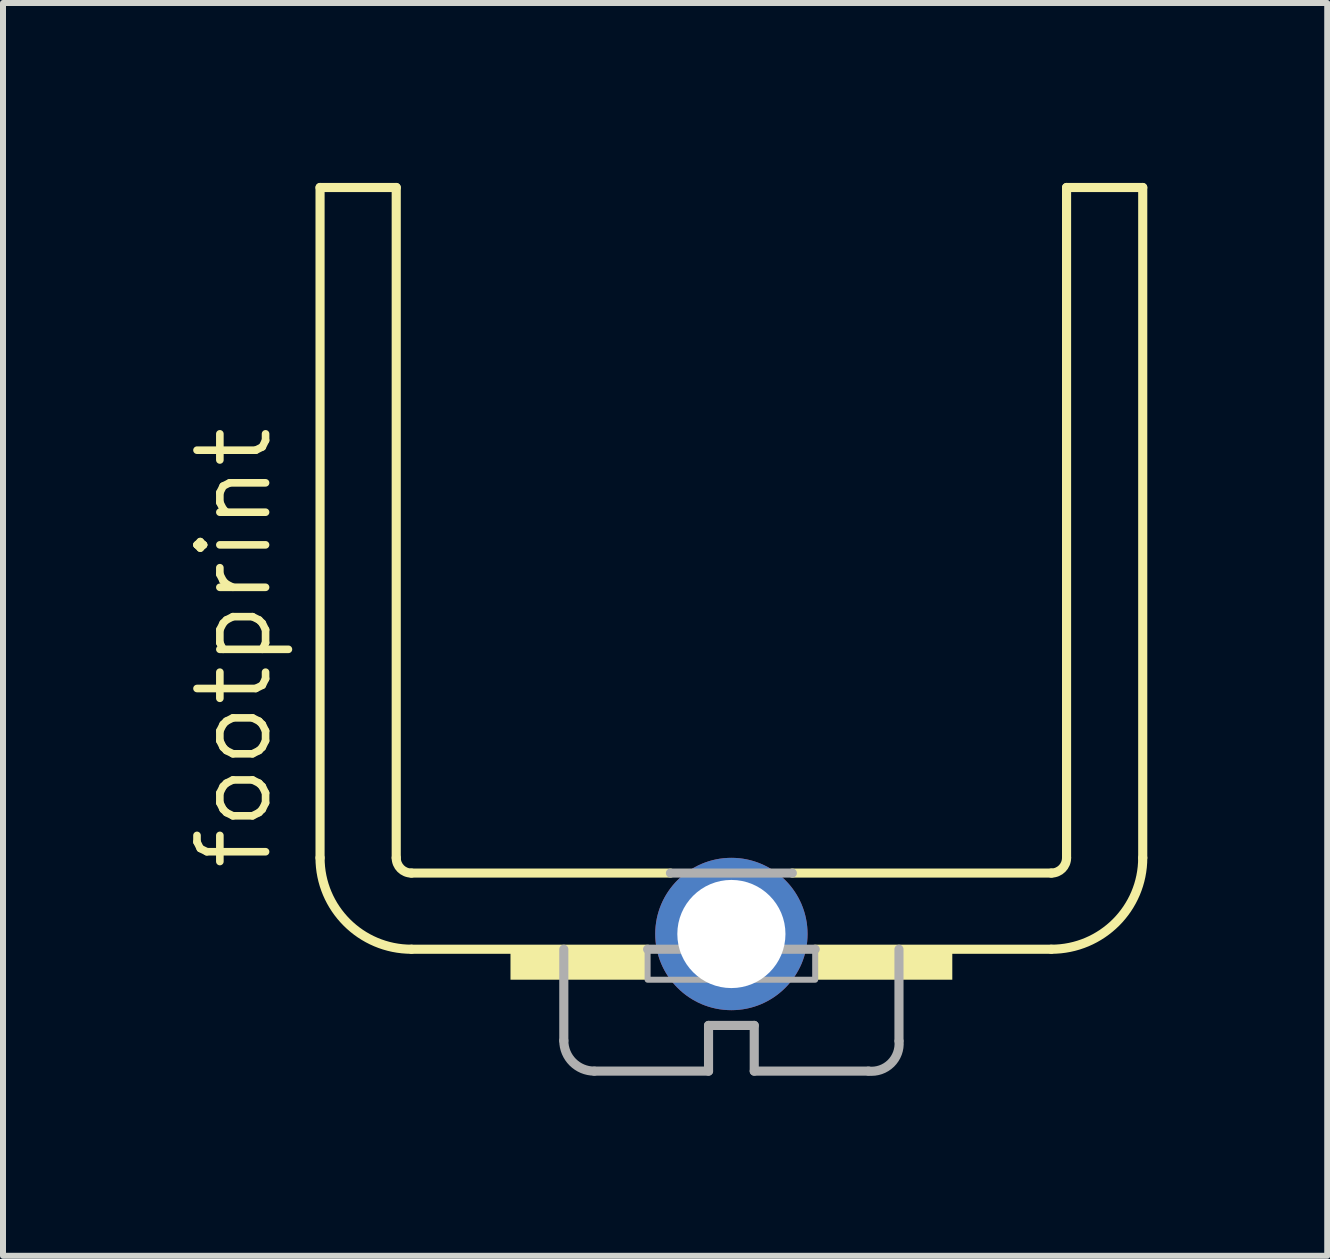
<source format=kicad_pcb>
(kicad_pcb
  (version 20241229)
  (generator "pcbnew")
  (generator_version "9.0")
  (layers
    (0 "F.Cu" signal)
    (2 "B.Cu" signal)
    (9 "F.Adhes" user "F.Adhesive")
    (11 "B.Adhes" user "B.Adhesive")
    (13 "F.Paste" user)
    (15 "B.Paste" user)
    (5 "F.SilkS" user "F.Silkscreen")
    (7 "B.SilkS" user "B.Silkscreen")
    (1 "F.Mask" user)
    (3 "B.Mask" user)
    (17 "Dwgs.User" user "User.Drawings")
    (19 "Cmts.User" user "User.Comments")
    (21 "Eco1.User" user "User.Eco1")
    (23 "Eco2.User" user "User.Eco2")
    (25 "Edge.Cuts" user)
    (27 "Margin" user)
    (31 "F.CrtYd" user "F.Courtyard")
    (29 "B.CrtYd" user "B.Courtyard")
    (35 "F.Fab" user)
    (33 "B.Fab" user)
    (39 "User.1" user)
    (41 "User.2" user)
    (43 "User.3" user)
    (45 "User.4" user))
  (footprint "footprint"
    (layer "F.Cu")
    (at 9.144 11.506)
    (property "Reference" "footprint" (at -7.62 0 90) (layer "F.SilkS") (effects (font (size 1.143 1.143) (thickness 0.127)) (justify left bottom)))
    (fp_line (start -6.858 -11.43) (end -5.588 -11.43) (stroke (width 0.152) (type solid)) (layer "F.SilkS"))
    (fp_line (start -6.858 -0.254) (end -6.858 -11.43) (stroke (width 0.152) (type solid)) (layer "F.SilkS"))
    (fp_line (start -5.588 -0.254) (end -5.588 -11.43) (stroke (width 0.152) (type solid)) (layer "F.SilkS"))
    (fp_line (start -5.334 0) (end -1.016 0) (stroke (width 0.152) (type solid)) (layer "F.SilkS"))
    (fp_line (start -1.397 1.27) (end -5.334 1.27) (stroke (width 0.152) (type solid)) (layer "F.SilkS"))
    (fp_line (start 1.016 0) (end 5.334 0) (stroke (width 0.152) (type solid)) (layer "F.SilkS"))
    (fp_line (start 1.397 1.27) (end 5.334 1.27) (stroke (width 0.152) (type solid)) (layer "F.SilkS"))
    (fp_line (start 5.588 -0.254) (end 5.588 -11.43) (stroke (width 0.152) (type solid)) (layer "F.SilkS"))
    (fp_line (start 6.858 -11.43) (end 5.588 -11.43) (stroke (width 0.152) (type solid)) (layer "F.SilkS"))
    (fp_line (start 6.858 -0.254) (end 6.858 -11.43) (stroke (width 0.152) (type solid)) (layer "F.SilkS"))
    (fp_arc (start -5.334 0) (mid -5.513605 -0.074395) (end -5.588 -0.254) (stroke (width 0.1524) (type solid)) (layer "F.SilkS"))
    (fp_arc (start -5.334 1.27) (mid -6.411631 0.823631) (end -6.858 -0.254) (stroke (width 0.1524) (type solid)) (layer "F.SilkS"))
    (fp_arc (start 5.588 -0.254) (mid 5.513605 -0.074395) (end 5.334 0) (stroke (width 0.1524) (type solid)) (layer "F.SilkS"))
    (fp_arc (start 6.858 -0.254) (mid 6.411631 0.823631) (end 5.334 1.27) (stroke (width 0.1524) (type solid)) (layer "F.SilkS"))
    (fp_poly (pts (xy -3.683 1.778) (xy -1.397 1.778) (xy -1.397 1.27) (xy -3.683 1.27)) (stroke (width 0) (type solid)) (fill yes) (layer "F.SilkS"))
    (fp_poly (pts (xy 1.397 1.778) (xy 3.683 1.778) (xy 3.683 1.27) (xy 1.397 1.27)) (stroke (width 0) (type solid)) (fill yes) (layer "F.SilkS"))
    (fp_line (start -2.794 2.794) (end -2.794 1.27) (stroke (width 0.152) (type solid)) (layer "F.Fab"))
    (fp_line (start -2.286 3.302) (end -0.381 3.302) (stroke (width 0.152) (type solid)) (layer "F.Fab"))
    (fp_line (start -1.016 0) (end 1.016 0) (stroke (width 0.152) (type solid)) (layer "F.Fab"))
    (fp_line (start -0.381 2.54) (end -0.381 3.302) (stroke (width 0.152) (type solid)) (layer "F.Fab"))
    (fp_line (start -0.381 2.54) (end 0.381 2.54) (stroke (width 0.152) (type solid)) (layer "F.Fab"))
    (fp_line (start 0.381 3.302) (end 0.381 2.54) (stroke (width 0.152) (type solid)) (layer "F.Fab"))
    (fp_line (start 1.397 1.27) (end -1.397 1.27) (stroke (width 0.152) (type solid)) (layer "F.Fab"))
    (fp_line (start 2.286 3.302) (end 0.381 3.302) (stroke (width 0.152) (type solid)) (layer "F.Fab"))
    (fp_line (start 2.794 2.794) (end 2.794 1.27) (stroke (width 0.152) (type solid)) (layer "F.Fab"))
    (fp_arc (start -2.286 3.302) (mid -2.64521 3.15321) (end -2.794 2.794) (stroke (width 0.1524) (type solid)) (layer "F.Fab"))
    (fp_arc (start 2.795 2.8049) (mid 2.658131 3.173897) (end 2.286 3.302) (stroke (width 0.1524) (type solid)) (layer "F.Fab"))
    (fp_poly (pts (xy -1.397 1.778) (xy 1.397 1.778) (xy 1.397 1.27) (xy -1.397 1.27)) (stroke (width 0.1) (type solid)) (fill no) (layer "F.Fab"))
    (pad "B" thru_hole circle (at 0 1.016) (size 2.54 2.54) (drill 1.803) (layers "*.Cu" "*.Mask")))
  (gr_rect
    (start -3 -3)
    (end 19.078 17.887)
    (stroke (width 0.1) (type default))
    (fill no)
    (layer "Edge.Cuts")))
</source>
